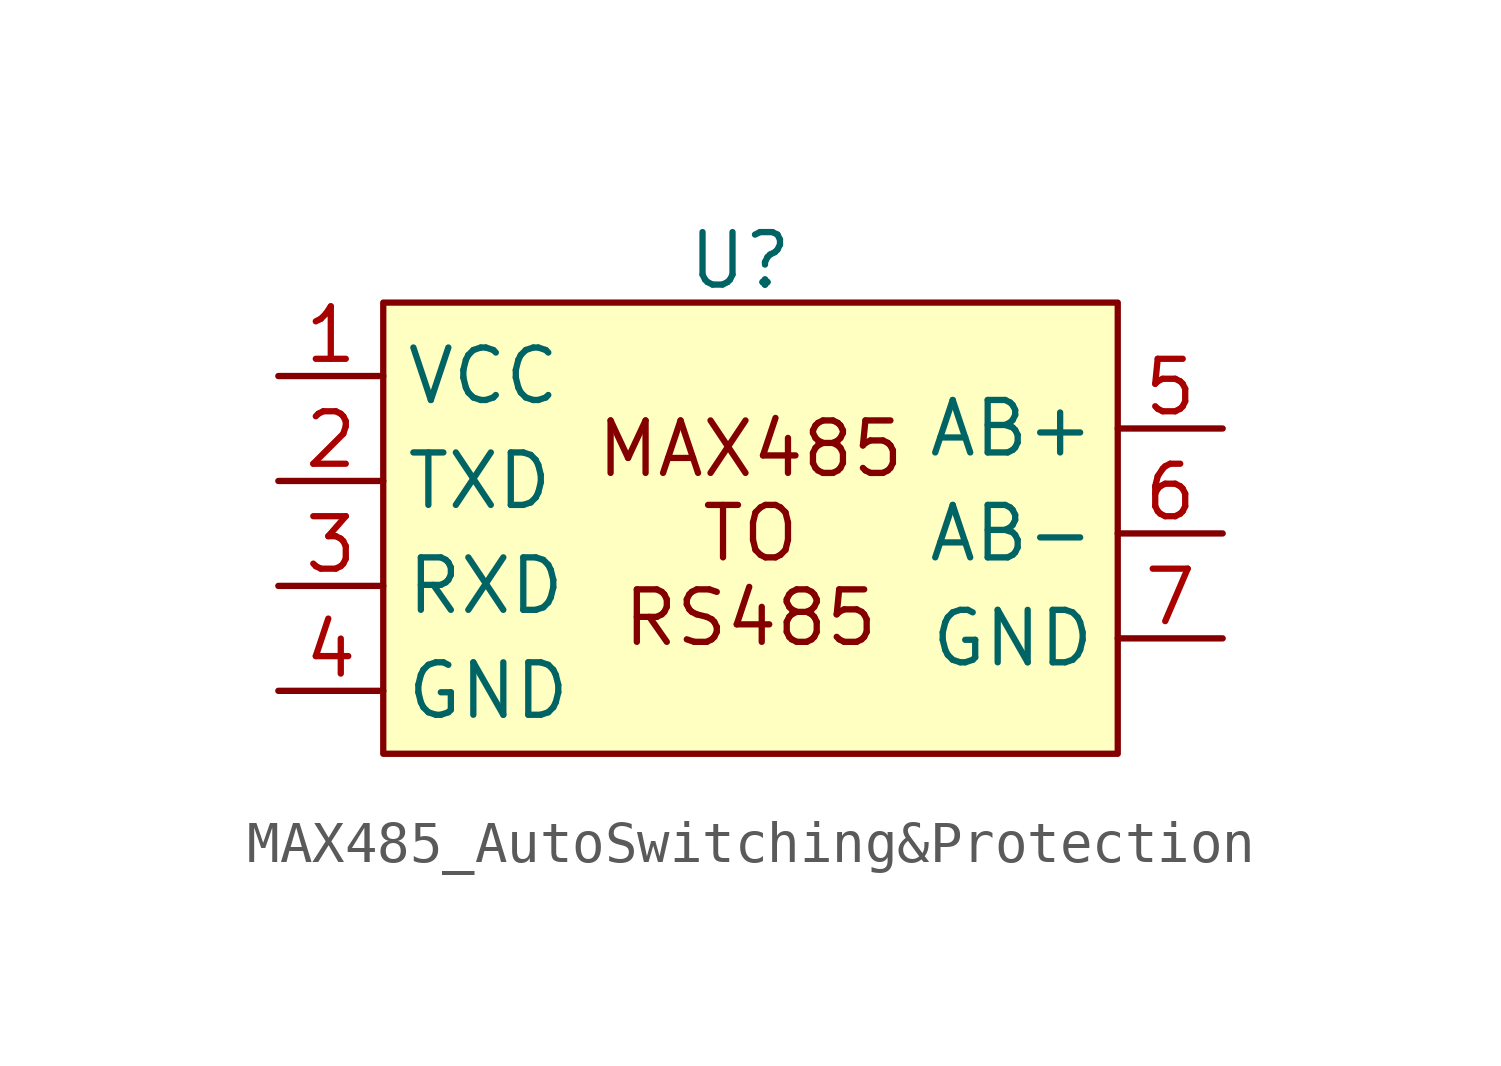
<source format=kicad_sym>
(kicad_symbol_lib
  (version 20231120)
  (generator "kicad_symbol_editor")
  (generator_version "8.0")
  (symbol "MAX485_AutoSwitching&Protection"
    (property "Reference" "U"
      (at 8.636 11.684 0)
      (effects (font (size 1.27 1.27))))
    (property "Value" ""
      (at 0 0 0)
      (effects (font (size 1.27 1.27))))
    (symbol "MAX485_AutoSwitching&Protection_1_1"
      (rectangle (start 0 10.668) (end 17.78 -0.254) (stroke (width 0) (type default)) (fill (type background)))
      (text "MAX485\nTO\nRS485" (at 8.89 5.08 0) (effects (font (size 1.27 1.27))))
      (pin power_in line (at -2.54 8.89 0) (length 2.54) (name "VCC" (effects (font (size 1.27 1.27)))) (number "1" (effects (font (size 1.27 1.27)))))
      (pin input line (at -2.54 6.35 0) (length 2.54) (name "TXD" (effects (font (size 1.27 1.27)))) (number "2" (effects (font (size 1.27 1.27)))))
      (pin input line (at -2.54 3.81 0) (length 2.54) (name "RXD" (effects (font (size 1.27 1.27)))) (number "3" (effects (font (size 1.27 1.27)))))
      (pin power_in line (at -2.54 1.27 0) (length 2.54) (name "GND" (effects (font (size 1.27 1.27)))) (number "4" (effects (font (size 1.27 1.27)))))
      (pin bidirectional line (at 20.32 7.62 180) (length 2.54) (name "AB+" (effects (font (size 1.27 1.27)))) (number "5" (effects (font (size 1.27 1.27)))))
      (pin bidirectional line (at 20.32 5.08 180) (length 2.54) (name "AB-" (effects (font (size 1.27 1.27)))) (number "6" (effects (font (size 1.27 1.27)))))
      (pin power_out line (at 20.32 2.54 180) (length 2.54) (name "GND" (effects (font (size 1.27 1.27)))) (number "7" (effects (font (size 1.27 1.27))))))))
</source>
